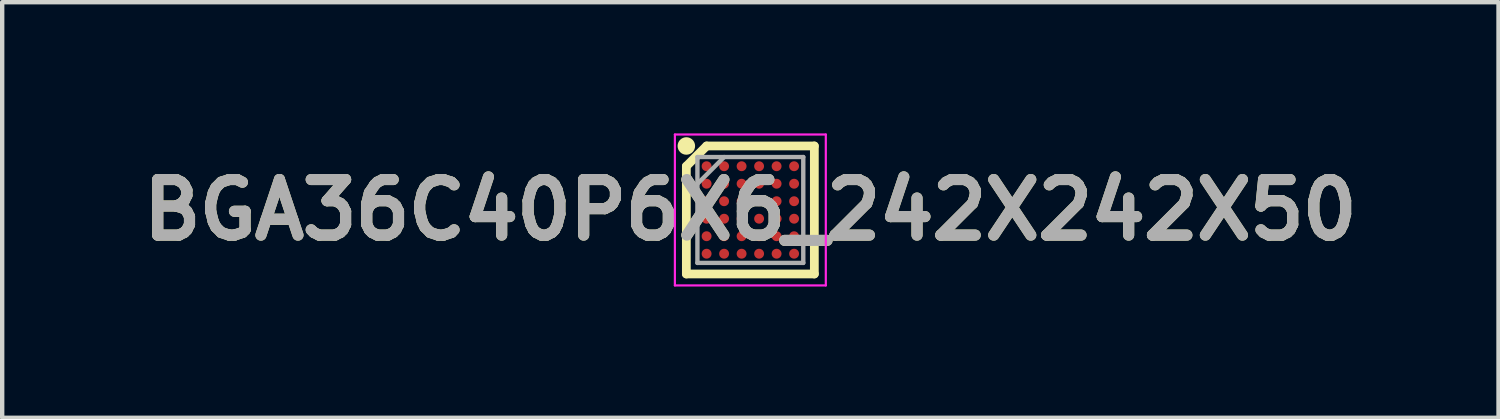
<source format=kicad_pcb>
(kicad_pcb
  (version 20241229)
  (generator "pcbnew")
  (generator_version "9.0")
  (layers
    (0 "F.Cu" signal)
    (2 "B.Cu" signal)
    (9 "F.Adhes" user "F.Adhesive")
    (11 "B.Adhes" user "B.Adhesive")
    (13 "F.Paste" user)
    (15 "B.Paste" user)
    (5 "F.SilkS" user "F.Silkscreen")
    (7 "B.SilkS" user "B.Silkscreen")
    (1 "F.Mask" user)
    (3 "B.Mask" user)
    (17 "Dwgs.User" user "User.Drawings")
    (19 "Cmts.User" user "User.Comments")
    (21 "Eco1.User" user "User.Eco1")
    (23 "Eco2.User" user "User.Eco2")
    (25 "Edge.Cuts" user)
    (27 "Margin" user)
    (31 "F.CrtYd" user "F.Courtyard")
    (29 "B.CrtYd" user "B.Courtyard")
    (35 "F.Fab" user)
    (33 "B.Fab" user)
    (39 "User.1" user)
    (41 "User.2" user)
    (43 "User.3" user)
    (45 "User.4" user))
  (footprint "BGA36C40P6X6_242X242X50"
    (layer "F.Cu")
    (at 14.103 1.75)
    (property "Reference" "BGA36C40P6X6_242X242X50" (at 0 0 0) (layer "F.SilkS") (effects (font (size 1.27 1.27) (thickness 0.254))))
    (attr smd)
    (fp_line (start -1.463 -1) (end -1 -1.463) (stroke (width 0.2) (type solid)) (layer "F.SilkS"))
    (fp_line (start -1.463 1.463) (end -1.463 -1) (stroke (width 0.2) (type solid)) (layer "F.SilkS"))
    (fp_line (start -1 -1.463) (end 1.463 -1.463) (stroke (width 0.2) (type solid)) (layer "F.SilkS"))
    (fp_line (start 1.463 -1.463) (end 1.463 1.463) (stroke (width 0.2) (type solid)) (layer "F.SilkS"))
    (fp_line (start 1.463 1.463) (end -1.463 1.463) (stroke (width 0.2) (type solid)) (layer "F.SilkS"))
    (fp_circle (center -1.463 -1.463) (end -1.463 -1.363) (stroke (width 0.2) (type solid)) (fill no) (layer "F.SilkS"))
    (fp_line (start -1.725 -1.725) (end 1.725 -1.725) (stroke (width 0.05) (type solid)) (layer "F.CrtYd"))
    (fp_line (start -1.725 1.725) (end -1.725 -1.725) (stroke (width 0.05) (type solid)) (layer "F.CrtYd"))
    (fp_line (start 1.725 -1.725) (end 1.725 1.725) (stroke (width 0.05) (type solid)) (layer "F.CrtYd"))
    (fp_line (start 1.725 1.725) (end -1.725 1.725) (stroke (width 0.05) (type solid)) (layer "F.CrtYd"))
    (fp_line (start -1.21 -1.21) (end 1.21 -1.21) (stroke (width 0.1) (type solid)) (layer "F.Fab"))
    (fp_line (start -1.21 -0.598) (end -0.598 -1.21) (stroke (width 0.1) (type solid)) (layer "F.Fab"))
    (fp_line (start -1.21 1.21) (end -1.21 -1.21) (stroke (width 0.1) (type solid)) (layer "F.Fab"))
    (fp_line (start 1.21 -1.21) (end 1.21 1.21) (stroke (width 0.1) (type solid)) (layer "F.Fab"))
    (fp_line (start 1.21 1.21) (end -1.21 1.21) (stroke (width 0.1) (type solid)) (layer "F.Fab"))
    (fp_text user "${REFERENCE}" (at 0 0 0) (layer "F.Fab") (effects (font (size 1.27 1.27) (thickness 0.254))))
    (pad "A1" smd circle (at -1 -1 90) (size 0.226 0.226) (layers "F.Cu" "F.Mask" "F.Paste"))
    (pad "A2" smd circle (at -0.6 -1 90) (size 0.226 0.226) (layers "F.Cu" "F.Mask" "F.Paste"))
    (pad "A3" smd circle (at -0.2 -1 90) (size 0.226 0.226) (layers "F.Cu" "F.Mask" "F.Paste"))
    (pad "A4" smd circle (at 0.2 -1 90) (size 0.226 0.226) (layers "F.Cu" "F.Mask" "F.Paste"))
    (pad "A5" smd circle (at 0.6 -1 90) (size 0.226 0.226) (layers "F.Cu" "F.Mask" "F.Paste"))
    (pad "A6" smd circle (at 1 -1 90) (size 0.226 0.226) (layers "F.Cu" "F.Mask" "F.Paste"))
    (pad "B1" smd circle (at -1 -0.6 90) (size 0.226 0.226) (layers "F.Cu" "F.Mask" "F.Paste"))
    (pad "B2" smd circle (at -0.6 -0.6 90) (size 0.226 0.226) (layers "F.Cu" "F.Mask" "F.Paste"))
    (pad "B3" smd circle (at -0.2 -0.6 90) (size 0.226 0.226) (layers "F.Cu" "F.Mask" "F.Paste"))
    (pad "B4" smd circle (at 0.2 -0.6 90) (size 0.226 0.226) (layers "F.Cu" "F.Mask" "F.Paste"))
    (pad "B5" smd circle (at 0.6 -0.6 90) (size 0.226 0.226) (layers "F.Cu" "F.Mask" "F.Paste"))
    (pad "B6" smd circle (at 1 -0.6 90) (size 0.226 0.226) (layers "F.Cu" "F.Mask" "F.Paste"))
    (pad "C1" smd circle (at -1 -0.2 90) (size 0.226 0.226) (layers "F.Cu" "F.Mask" "F.Paste"))
    (pad "C2" smd circle (at -0.6 -0.2 90) (size 0.226 0.226) (layers "F.Cu" "F.Mask" "F.Paste"))
    (pad "C3" smd circle (at -0.2 -0.2 90) (size 0.226 0.226) (layers "F.Cu" "F.Mask" "F.Paste"))
    (pad "C4" smd circle (at 0.2 -0.2 90) (size 0.226 0.226) (layers "F.Cu" "F.Mask" "F.Paste"))
    (pad "C5" smd circle (at 0.6 -0.2 90) (size 0.226 0.226) (layers "F.Cu" "F.Mask" "F.Paste"))
    (pad "C6" smd circle (at 1 -0.2 90) (size 0.226 0.226) (layers "F.Cu" "F.Mask" "F.Paste"))
    (pad "D1" smd circle (at -1 0.2 90) (size 0.226 0.226) (layers "F.Cu" "F.Mask" "F.Paste"))
    (pad "D2" smd circle (at -0.6 0.2 90) (size 0.226 0.226) (layers "F.Cu" "F.Mask" "F.Paste"))
    (pad "D3" smd circle (at -0.2 0.2 90) (size 0.226 0.226) (layers "F.Cu" "F.Mask" "F.Paste"))
    (pad "D4" smd circle (at 0.2 0.2 90) (size 0.226 0.226) (layers "F.Cu" "F.Mask" "F.Paste"))
    (pad "D5" smd circle (at 0.6 0.2 90) (size 0.226 0.226) (layers "F.Cu" "F.Mask" "F.Paste"))
    (pad "D6" smd circle (at 1 0.2 90) (size 0.226 0.226) (layers "F.Cu" "F.Mask" "F.Paste"))
    (pad "E1" smd circle (at -1 0.6 90) (size 0.226 0.226) (layers "F.Cu" "F.Mask" "F.Paste"))
    (pad "E2" smd circle (at -0.6 0.6 90) (size 0.226 0.226) (layers "F.Cu" "F.Mask" "F.Paste"))
    (pad "E3" smd circle (at -0.2 0.6 90) (size 0.226 0.226) (layers "F.Cu" "F.Mask" "F.Paste"))
    (pad "E4" smd circle (at 0.2 0.6 90) (size 0.226 0.226) (layers "F.Cu" "F.Mask" "F.Paste"))
    (pad "E5" smd circle (at 0.6 0.6 90) (size 0.226 0.226) (layers "F.Cu" "F.Mask" "F.Paste"))
    (pad "E6" smd circle (at 1 0.6 90) (size 0.226 0.226) (layers "F.Cu" "F.Mask" "F.Paste"))
    (pad "F1" smd circle (at -1 1 90) (size 0.226 0.226) (layers "F.Cu" "F.Mask" "F.Paste"))
    (pad "F2" smd circle (at -0.6 1 90) (size 0.226 0.226) (layers "F.Cu" "F.Mask" "F.Paste"))
    (pad "F3" smd circle (at -0.2 1 90) (size 0.226 0.226) (layers "F.Cu" "F.Mask" "F.Paste"))
    (pad "F4" smd circle (at 0.2 1 90) (size 0.226 0.226) (layers "F.Cu" "F.Mask" "F.Paste"))
    (pad "F5" smd circle (at 0.6 1 90) (size 0.226 0.226) (layers "F.Cu" "F.Mask" "F.Paste"))
    (pad "F6" smd circle (at 1 1 90) (size 0.226 0.226) (layers "F.Cu" "F.Mask" "F.Paste")))
  (gr_rect
    (start -3 -3)
    (end 31.206 6.5)
    (stroke (width 0.1) (type default))
    (fill no)
    (layer "Edge.Cuts")))
</source>
